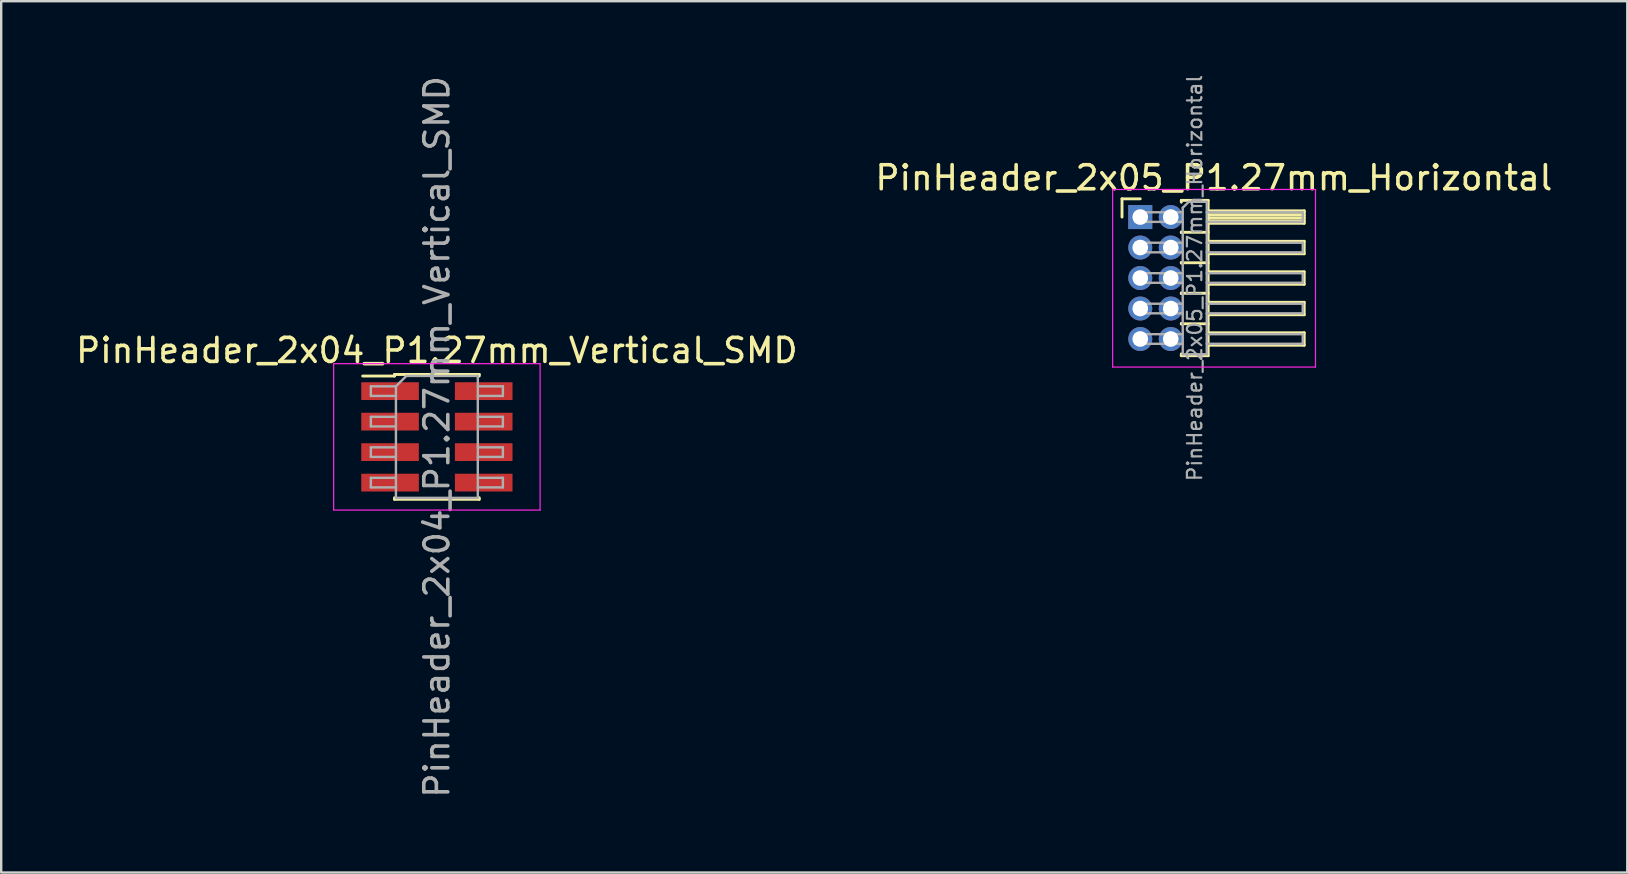
<source format=kicad_pcb>
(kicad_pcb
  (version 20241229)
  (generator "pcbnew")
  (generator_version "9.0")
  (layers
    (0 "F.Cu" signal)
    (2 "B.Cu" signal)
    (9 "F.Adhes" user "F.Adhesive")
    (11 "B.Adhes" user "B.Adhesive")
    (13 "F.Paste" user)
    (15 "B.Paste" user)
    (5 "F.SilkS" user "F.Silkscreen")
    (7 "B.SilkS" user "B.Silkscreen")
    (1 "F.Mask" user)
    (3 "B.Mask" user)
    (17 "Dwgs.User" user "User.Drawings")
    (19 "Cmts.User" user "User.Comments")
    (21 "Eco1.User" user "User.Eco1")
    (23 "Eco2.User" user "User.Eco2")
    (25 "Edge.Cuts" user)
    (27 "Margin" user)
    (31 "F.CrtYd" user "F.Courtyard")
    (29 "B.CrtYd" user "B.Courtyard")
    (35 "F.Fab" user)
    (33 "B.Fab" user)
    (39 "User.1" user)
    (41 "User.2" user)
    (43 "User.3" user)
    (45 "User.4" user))
  (footprint "PinHeader_2x05_P1.27mm_Horizontal"
    (layer "F.Cu")
    (at 44.45 5.992)
    (property "Reference" "PinHeader_2x05_P1.27mm_Horizontal" (at 3.067 -1.635 0) (layer "F.SilkS") (effects (font (size 1 1) (thickness 0.15))))
    (attr through_hole)
    (fp_line (start -0.76 -0.76) (end 0 -0.76) (stroke (width 0.12) (type solid)) (layer "F.SilkS"))
    (fp_line (start -0.76 0) (end -0.76 -0.76) (stroke (width 0.12) (type solid)) (layer "F.SilkS"))
    (fp_line (start 1.71 -0.695) (end 2.83 -0.695) (stroke (width 0.12) (type solid)) (layer "F.SilkS"))
    (fp_line (start 1.71 -0.62) (end 1.71 -0.695) (stroke (width 0.12) (type solid)) (layer "F.SilkS"))
    (fp_line (start 1.71 0.62) (end 1.71 0.65) (stroke (width 0.12) (type solid)) (layer "F.SilkS"))
    (fp_line (start 1.71 0.635) (end 2.83 0.635) (stroke (width 0.12) (type solid)) (layer "F.SilkS"))
    (fp_line (start 1.71 1.89) (end 1.71 1.92) (stroke (width 0.12) (type solid)) (layer "F.SilkS"))
    (fp_line (start 1.71 1.905) (end 2.83 1.905) (stroke (width 0.12) (type solid)) (layer "F.SilkS"))
    (fp_line (start 1.71 3.16) (end 1.71 3.19) (stroke (width 0.12) (type solid)) (layer "F.SilkS"))
    (fp_line (start 1.71 3.175) (end 2.83 3.175) (stroke (width 0.12) (type solid)) (layer "F.SilkS"))
    (fp_line (start 1.71 4.43) (end 1.71 4.46) (stroke (width 0.12) (type solid)) (layer "F.SilkS"))
    (fp_line (start 1.71 4.445) (end 2.83 4.445) (stroke (width 0.12) (type solid)) (layer "F.SilkS"))
    (fp_line (start 1.71 5.775) (end 1.71 5.7) (stroke (width 0.12) (type solid)) (layer "F.SilkS"))
    (fp_line (start 2.83 -0.695) (end 2.83 5.775) (stroke (width 0.12) (type solid)) (layer "F.SilkS"))
    (fp_line (start 2.83 -0.26) (end 6.83 -0.26) (stroke (width 0.12) (type solid)) (layer "F.SilkS"))
    (fp_line (start 2.83 -0.2) (end 6.83 -0.2) (stroke (width 0.12) (type solid)) (layer "F.SilkS"))
    (fp_line (start 2.83 -0.08) (end 6.83 -0.08) (stroke (width 0.12) (type solid)) (layer "F.SilkS"))
    (fp_line (start 2.83 0.04) (end 6.83 0.04) (stroke (width 0.12) (type solid)) (layer "F.SilkS"))
    (fp_line (start 2.83 0.16) (end 6.83 0.16) (stroke (width 0.12) (type solid)) (layer "F.SilkS"))
    (fp_line (start 2.83 1.01) (end 6.83 1.01) (stroke (width 0.12) (type solid)) (layer "F.SilkS"))
    (fp_line (start 2.83 2.28) (end 6.83 2.28) (stroke (width 0.12) (type solid)) (layer "F.SilkS"))
    (fp_line (start 2.83 3.55) (end 6.83 3.55) (stroke (width 0.12) (type solid)) (layer "F.SilkS"))
    (fp_line (start 2.83 4.82) (end 6.83 4.82) (stroke (width 0.12) (type solid)) (layer "F.SilkS"))
    (fp_line (start 2.83 5.775) (end 1.71 5.775) (stroke (width 0.12) (type solid)) (layer "F.SilkS"))
    (fp_line (start 6.83 -0.26) (end 6.83 0.26) (stroke (width 0.12) (type solid)) (layer "F.SilkS"))
    (fp_line (start 6.83 0.26) (end 2.83 0.26) (stroke (width 0.12) (type solid)) (layer "F.SilkS"))
    (fp_line (start 6.83 1.01) (end 6.83 1.53) (stroke (width 0.12) (type solid)) (layer "F.SilkS"))
    (fp_line (start 6.83 1.53) (end 2.83 1.53) (stroke (width 0.12) (type solid)) (layer "F.SilkS"))
    (fp_line (start 6.83 2.28) (end 6.83 2.8) (stroke (width 0.12) (type solid)) (layer "F.SilkS"))
    (fp_line (start 6.83 2.8) (end 2.83 2.8) (stroke (width 0.12) (type solid)) (layer "F.SilkS"))
    (fp_line (start 6.83 3.55) (end 6.83 4.07) (stroke (width 0.12) (type solid)) (layer "F.SilkS"))
    (fp_line (start 6.83 4.07) (end 2.83 4.07) (stroke (width 0.12) (type solid)) (layer "F.SilkS"))
    (fp_line (start 6.83 4.82) (end 6.83 5.34) (stroke (width 0.12) (type solid)) (layer "F.SilkS"))
    (fp_line (start 6.83 5.34) (end 2.83 5.34) (stroke (width 0.12) (type solid)) (layer "F.SilkS"))
    (fp_line (start -1.15 -1.15) (end -1.15 6.25) (stroke (width 0.05) (type solid)) (layer "F.CrtYd"))
    (fp_line (start -1.15 6.25) (end 7.3 6.25) (stroke (width 0.05) (type solid)) (layer "F.CrtYd"))
    (fp_line (start 7.3 -1.15) (end -1.15 -1.15) (stroke (width 0.05) (type solid)) (layer "F.CrtYd"))
    (fp_line (start 7.3 6.25) (end 7.3 -1.15) (stroke (width 0.05) (type solid)) (layer "F.CrtYd"))
    (fp_line (start -0.2 -0.2) (end -0.2 0.2) (stroke (width 0.1) (type solid)) (layer "F.Fab"))
    (fp_line (start -0.2 -0.2) (end 1.77 -0.2) (stroke (width 0.1) (type solid)) (layer "F.Fab"))
    (fp_line (start -0.2 0.2) (end 1.77 0.2) (stroke (width 0.1) (type solid)) (layer "F.Fab"))
    (fp_line (start -0.2 1.07) (end -0.2 1.47) (stroke (width 0.1) (type solid)) (layer "F.Fab"))
    (fp_line (start -0.2 1.07) (end 1.77 1.07) (stroke (width 0.1) (type solid)) (layer "F.Fab"))
    (fp_line (start -0.2 1.47) (end 1.77 1.47) (stroke (width 0.1) (type solid)) (layer "F.Fab"))
    (fp_line (start -0.2 2.34) (end -0.2 2.74) (stroke (width 0.1) (type solid)) (layer "F.Fab"))
    (fp_line (start -0.2 2.34) (end 1.77 2.34) (stroke (width 0.1) (type solid)) (layer "F.Fab"))
    (fp_line (start -0.2 2.74) (end 1.77 2.74) (stroke (width 0.1) (type solid)) (layer "F.Fab"))
    (fp_line (start -0.2 3.61) (end -0.2 4.01) (stroke (width 0.1) (type solid)) (layer "F.Fab"))
    (fp_line (start -0.2 3.61) (end 1.77 3.61) (stroke (width 0.1) (type solid)) (layer "F.Fab"))
    (fp_line (start -0.2 4.01) (end 1.77 4.01) (stroke (width 0.1) (type solid)) (layer "F.Fab"))
    (fp_line (start -0.2 4.88) (end -0.2 5.28) (stroke (width 0.1) (type solid)) (layer "F.Fab"))
    (fp_line (start -0.2 4.88) (end 1.77 4.88) (stroke (width 0.1) (type solid)) (layer "F.Fab"))
    (fp_line (start -0.2 5.28) (end 1.77 5.28) (stroke (width 0.1) (type solid)) (layer "F.Fab"))
    (fp_line (start 1.77 -0.385) (end 2.02 -0.635) (stroke (width 0.1) (type solid)) (layer "F.Fab"))
    (fp_line (start 1.77 5.715) (end 1.77 -0.385) (stroke (width 0.1) (type solid)) (layer "F.Fab"))
    (fp_line (start 2.02 -0.635) (end 2.77 -0.635) (stroke (width 0.1) (type solid)) (layer "F.Fab"))
    (fp_line (start 2.77 -0.635) (end 2.77 5.715) (stroke (width 0.1) (type solid)) (layer "F.Fab"))
    (fp_line (start 2.77 -0.2) (end 6.77 -0.2) (stroke (width 0.1) (type solid)) (layer "F.Fab"))
    (fp_line (start 2.77 0.2) (end 6.77 0.2) (stroke (width 0.1) (type solid)) (layer "F.Fab"))
    (fp_line (start 2.77 1.07) (end 6.77 1.07) (stroke (width 0.1) (type solid)) (layer "F.Fab"))
    (fp_line (start 2.77 1.47) (end 6.77 1.47) (stroke (width 0.1) (type solid)) (layer "F.Fab"))
    (fp_line (start 2.77 2.34) (end 6.77 2.34) (stroke (width 0.1) (type solid)) (layer "F.Fab"))
    (fp_line (start 2.77 2.74) (end 6.77 2.74) (stroke (width 0.1) (type solid)) (layer "F.Fab"))
    (fp_line (start 2.77 3.61) (end 6.77 3.61) (stroke (width 0.1) (type solid)) (layer "F.Fab"))
    (fp_line (start 2.77 4.01) (end 6.77 4.01) (stroke (width 0.1) (type solid)) (layer "F.Fab"))
    (fp_line (start 2.77 4.88) (end 6.77 4.88) (stroke (width 0.1) (type solid)) (layer "F.Fab"))
    (fp_line (start 2.77 5.28) (end 6.77 5.28) (stroke (width 0.1) (type solid)) (layer "F.Fab"))
    (fp_line (start 2.77 5.715) (end 1.77 5.715) (stroke (width 0.1) (type solid)) (layer "F.Fab"))
    (fp_line (start 6.77 -0.2) (end 6.77 0.2) (stroke (width 0.1) (type solid)) (layer "F.Fab"))
    (fp_line (start 6.77 1.07) (end 6.77 1.47) (stroke (width 0.1) (type solid)) (layer "F.Fab"))
    (fp_line (start 6.77 2.34) (end 6.77 2.74) (stroke (width 0.1) (type solid)) (layer "F.Fab"))
    (fp_line (start 6.77 3.61) (end 6.77 4.01) (stroke (width 0.1) (type solid)) (layer "F.Fab"))
    (fp_line (start 6.77 4.88) (end 6.77 5.28) (stroke (width 0.1) (type solid)) (layer "F.Fab"))
    (fp_text user "${REFERENCE}" (at 2.27 2.54 90) (layer "F.Fab") (effects (font (size 0.6 0.6) (thickness 0.09))))
    (pad "1" thru_hole rect (at 0 0) (size 1 1) (drill 0.65) (layers "*.Cu" "*.Mask"))
    (pad "2" thru_hole oval (at 1.27 0) (size 1 1) (drill 0.65) (layers "*.Cu" "*.Mask"))
    (pad "3" thru_hole oval (at 0 1.27) (size 1 1) (drill 0.65) (layers "*.Cu" "*.Mask"))
    (pad "4" thru_hole oval (at 1.27 1.27) (size 1 1) (drill 0.65) (layers "*.Cu" "*.Mask"))
    (pad "5" thru_hole oval (at 0 2.54) (size 1 1) (drill 0.65) (layers "*.Cu" "*.Mask"))
    (pad "6" thru_hole oval (at 1.27 2.54) (size 1 1) (drill 0.65) (layers "*.Cu" "*.Mask"))
    (pad "7" thru_hole oval (at 0 3.81) (size 1 1) (drill 0.65) (layers "*.Cu" "*.Mask"))
    (pad "8" thru_hole oval (at 1.27 3.81) (size 1 1) (drill 0.65) (layers "*.Cu" "*.Mask"))
    (pad "9" thru_hole oval (at 0 5.08) (size 1 1) (drill 0.65) (layers "*.Cu" "*.Mask"))
    (pad "10" thru_hole oval (at 1.27 5.08) (size 1 1) (drill 0.65) (layers "*.Cu" "*.Mask")))
  (footprint "PinHeader_2x04_P1.27mm_Vertical_SMD"
    (layer "F.Cu")
    (at 15.149 15.149)
    (property "Reference" "PinHeader_2x04_P1.27mm_Vertical_SMD" (at 0 -3.6 0) (layer "F.SilkS") (effects (font (size 1 1) (thickness 0.15))))
    (attr smd)
    (fp_line (start -3.09 -2.535) (end -1.765 -2.535) (stroke (width 0.12) (type solid)) (layer "F.SilkS"))
    (fp_line (start -1.765 -2.6) (end -1.765 -2.535) (stroke (width 0.12) (type solid)) (layer "F.SilkS"))
    (fp_line (start -1.765 -2.6) (end 1.765 -2.6) (stroke (width 0.12) (type solid)) (layer "F.SilkS"))
    (fp_line (start -1.765 2.535) (end -1.765 2.6) (stroke (width 0.12) (type solid)) (layer "F.SilkS"))
    (fp_line (start -1.765 2.6) (end 1.765 2.6) (stroke (width 0.12) (type solid)) (layer "F.SilkS"))
    (fp_line (start 1.765 -2.6) (end 1.765 -2.535) (stroke (width 0.12) (type solid)) (layer "F.SilkS"))
    (fp_line (start 1.765 2.535) (end 1.765 2.6) (stroke (width 0.12) (type solid)) (layer "F.SilkS"))
    (fp_line (start -4.3 -3.05) (end -4.3 3.05) (stroke (width 0.05) (type solid)) (layer "F.CrtYd"))
    (fp_line (start -4.3 3.05) (end 4.3 3.05) (stroke (width 0.05) (type solid)) (layer "F.CrtYd"))
    (fp_line (start 4.3 -3.05) (end -4.3 -3.05) (stroke (width 0.05) (type solid)) (layer "F.CrtYd"))
    (fp_line (start 4.3 3.05) (end 4.3 -3.05) (stroke (width 0.05) (type solid)) (layer "F.CrtYd"))
    (fp_line (start -2.75 -2.105) (end -2.75 -1.705) (stroke (width 0.1) (type solid)) (layer "F.Fab"))
    (fp_line (start -2.75 -1.705) (end -1.705 -1.705) (stroke (width 0.1) (type solid)) (layer "F.Fab"))
    (fp_line (start -2.75 -0.835) (end -2.75 -0.435) (stroke (width 0.1) (type solid)) (layer "F.Fab"))
    (fp_line (start -2.75 -0.435) (end -1.705 -0.435) (stroke (width 0.1) (type solid)) (layer "F.Fab"))
    (fp_line (start -2.75 0.435) (end -2.75 0.835) (stroke (width 0.1) (type solid)) (layer "F.Fab"))
    (fp_line (start -2.75 0.835) (end -1.705 0.835) (stroke (width 0.1) (type solid)) (layer "F.Fab"))
    (fp_line (start -2.75 1.705) (end -2.75 2.105) (stroke (width 0.1) (type solid)) (layer "F.Fab"))
    (fp_line (start -2.75 2.105) (end -1.705 2.105) (stroke (width 0.1) (type solid)) (layer "F.Fab"))
    (fp_line (start -1.705 -2.105) (end -2.75 -2.105) (stroke (width 0.1) (type solid)) (layer "F.Fab"))
    (fp_line (start -1.705 -2.105) (end -1.27 -2.54) (stroke (width 0.1) (type solid)) (layer "F.Fab"))
    (fp_line (start -1.705 -0.835) (end -2.75 -0.835) (stroke (width 0.1) (type solid)) (layer "F.Fab"))
    (fp_line (start -1.705 0.435) (end -2.75 0.435) (stroke (width 0.1) (type solid)) (layer "F.Fab"))
    (fp_line (start -1.705 1.705) (end -2.75 1.705) (stroke (width 0.1) (type solid)) (layer "F.Fab"))
    (fp_line (start -1.705 2.54) (end -1.705 -2.105) (stroke (width 0.1) (type solid)) (layer "F.Fab"))
    (fp_line (start -1.27 -2.54) (end 1.705 -2.54) (stroke (width 0.1) (type solid)) (layer "F.Fab"))
    (fp_line (start 1.705 -2.54) (end 1.705 2.54) (stroke (width 0.1) (type solid)) (layer "F.Fab"))
    (fp_line (start 1.705 -2.105) (end 2.75 -2.105) (stroke (width 0.1) (type solid)) (layer "F.Fab"))
    (fp_line (start 1.705 -0.835) (end 2.75 -0.835) (stroke (width 0.1) (type solid)) (layer "F.Fab"))
    (fp_line (start 1.705 0.435) (end 2.75 0.435) (stroke (width 0.1) (type solid)) (layer "F.Fab"))
    (fp_line (start 1.705 1.705) (end 2.75 1.705) (stroke (width 0.1) (type solid)) (layer "F.Fab"))
    (fp_line (start 1.705 2.54) (end -1.705 2.54) (stroke (width 0.1) (type solid)) (layer "F.Fab"))
    (fp_line (start 2.75 -2.105) (end 2.75 -1.705) (stroke (width 0.1) (type solid)) (layer "F.Fab"))
    (fp_line (start 2.75 -1.705) (end 1.705 -1.705) (stroke (width 0.1) (type solid)) (layer "F.Fab"))
    (fp_line (start 2.75 -0.835) (end 2.75 -0.435) (stroke (width 0.1) (type solid)) (layer "F.Fab"))
    (fp_line (start 2.75 -0.435) (end 1.705 -0.435) (stroke (width 0.1) (type solid)) (layer "F.Fab"))
    (fp_line (start 2.75 0.435) (end 2.75 0.835) (stroke (width 0.1) (type solid)) (layer "F.Fab"))
    (fp_line (start 2.75 0.835) (end 1.705 0.835) (stroke (width 0.1) (type solid)) (layer "F.Fab"))
    (fp_line (start 2.75 1.705) (end 2.75 2.105) (stroke (width 0.1) (type solid)) (layer "F.Fab"))
    (fp_line (start 2.75 2.105) (end 1.705 2.105) (stroke (width 0.1) (type solid)) (layer "F.Fab"))
    (fp_text user "${REFERENCE}" (at 0 0 90) (layer "F.Fab") (effects (font (size 1 1) (thickness 0.15))))
    (pad "1" smd rect (at -1.95 -1.905) (size 2.4 0.74) (layers "F.Cu" "F.Mask" "F.Paste"))
    (pad "2" smd rect (at 1.95 -1.905) (size 2.4 0.74) (layers "F.Cu" "F.Mask" "F.Paste"))
    (pad "3" smd rect (at -1.95 -0.635) (size 2.4 0.74) (layers "F.Cu" "F.Mask" "F.Paste"))
    (pad "4" smd rect (at 1.95 -0.635) (size 2.4 0.74) (layers "F.Cu" "F.Mask" "F.Paste"))
    (pad "5" smd rect (at -1.95 0.635) (size 2.4 0.74) (layers "F.Cu" "F.Mask" "F.Paste"))
    (pad "6" smd rect (at 1.95 0.635) (size 2.4 0.74) (layers "F.Cu" "F.Mask" "F.Paste"))
    (pad "7" smd rect (at -1.95 1.905) (size 2.4 0.74) (layers "F.Cu" "F.Mask" "F.Paste"))
    (pad "8" smd rect (at 1.95 1.905) (size 2.4 0.74) (layers "F.Cu" "F.Mask" "F.Paste")))
  (gr_rect
    (start -3 -3)
    (end 64.738 33.298)
    (stroke (width 0.1) (type default))
    (fill no)
    (layer "Edge.Cuts")))
</source>
